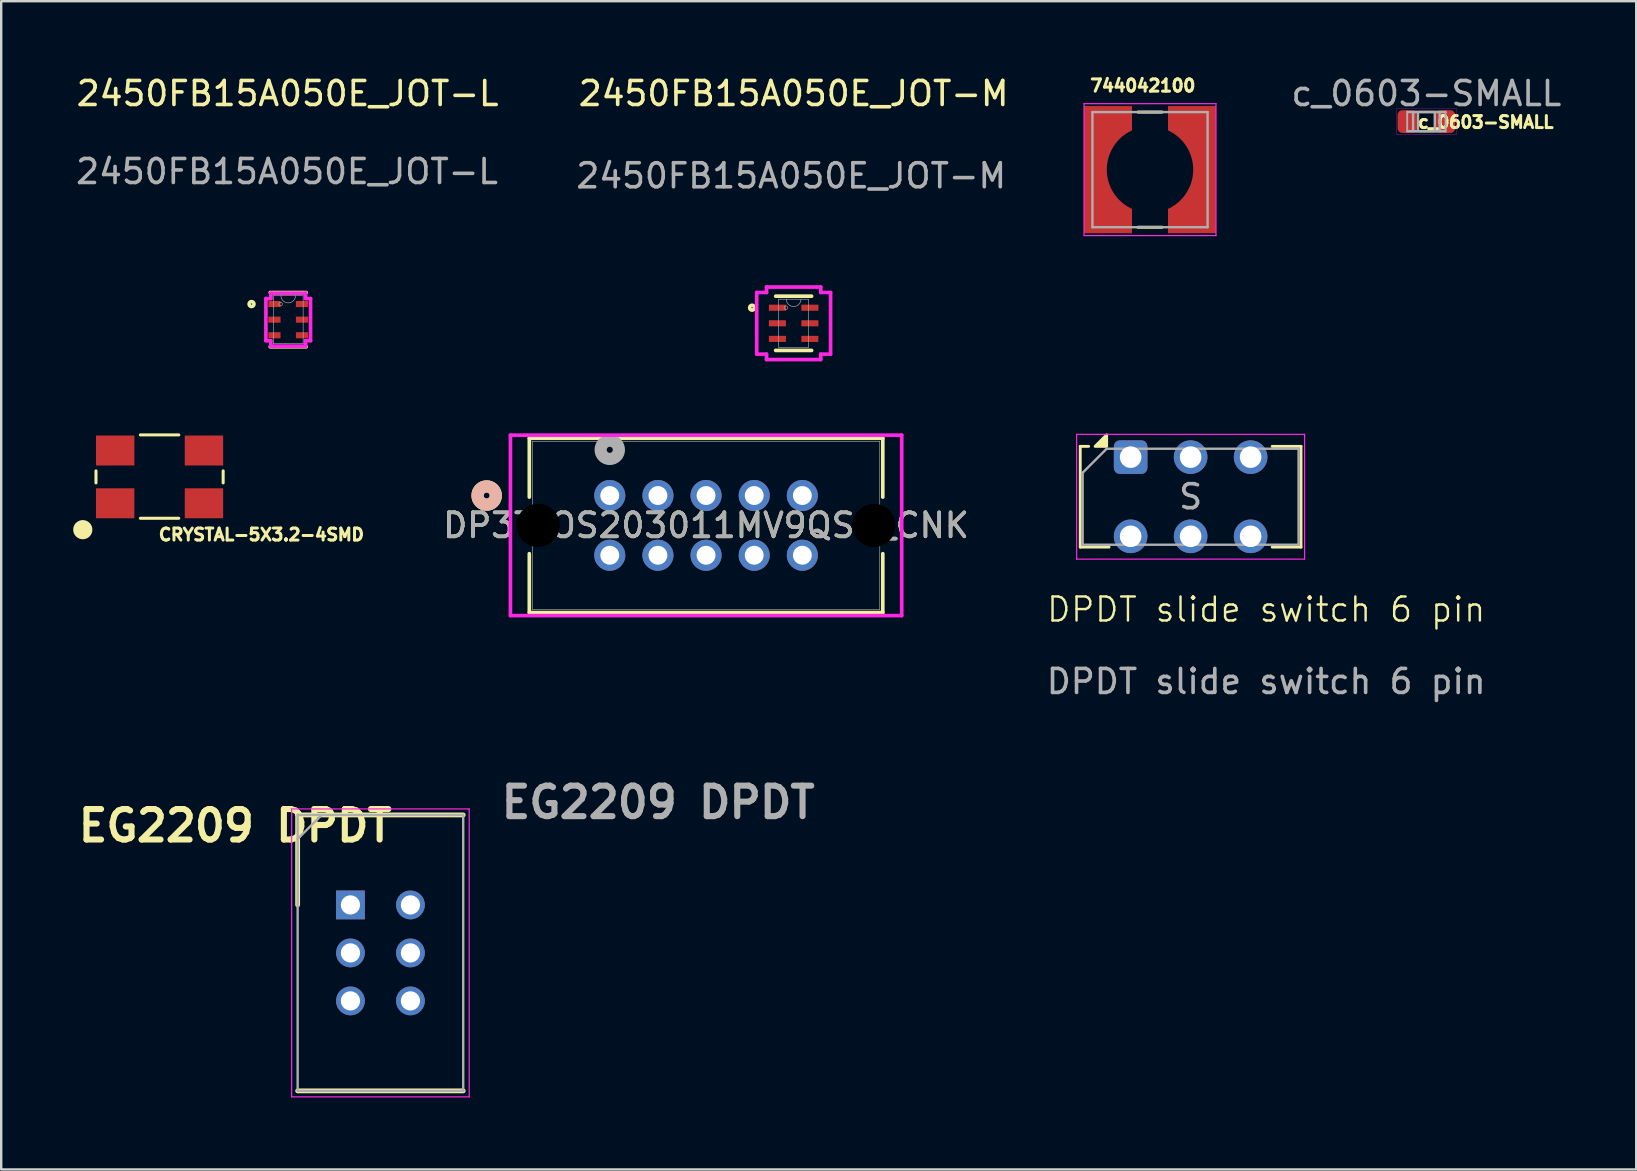
<source format=kicad_pcb>
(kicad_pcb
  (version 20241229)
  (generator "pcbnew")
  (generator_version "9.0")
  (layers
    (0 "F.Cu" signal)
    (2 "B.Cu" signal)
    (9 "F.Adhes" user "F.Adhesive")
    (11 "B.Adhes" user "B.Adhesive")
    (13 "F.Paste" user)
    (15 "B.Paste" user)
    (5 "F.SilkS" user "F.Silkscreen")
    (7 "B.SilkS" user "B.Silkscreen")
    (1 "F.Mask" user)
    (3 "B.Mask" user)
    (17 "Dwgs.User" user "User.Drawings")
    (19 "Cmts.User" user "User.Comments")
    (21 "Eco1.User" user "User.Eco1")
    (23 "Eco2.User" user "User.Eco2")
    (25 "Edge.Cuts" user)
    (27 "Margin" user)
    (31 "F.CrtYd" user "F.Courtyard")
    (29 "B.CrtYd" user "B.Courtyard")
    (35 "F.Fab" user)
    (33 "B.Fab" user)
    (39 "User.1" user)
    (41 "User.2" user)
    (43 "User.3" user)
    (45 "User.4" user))
  (footprint "2450FB15A050E_JOT-L"
    (layer "F.Cu")
    (at 8.962 10.272)
    (property "Reference" "2450FB15A050E_JOT-L" (at -0.025 -9.423 0) (unlocked yes) (layer "F.SilkS") (effects (font (size 1 1) (thickness 0.15))))
    (attr smd)
    (fp_line (start -0.749 1.13) (end 0.749 1.13) (stroke (width 0.152) (type solid)) (layer "F.SilkS"))
    (fp_line (start 0.749 -1.13) (end -0.749 -1.13) (stroke (width 0.152) (type solid)) (layer "F.SilkS"))
    (fp_circle (center -1.529 -0.65) (end -1.427 -0.65) (stroke (width 0.152) (type solid)) (fill no) (layer "F.SilkS"))
    (fp_line (start -0.93 -0.879) (end -0.724 -0.879) (stroke (width 0.152) (type solid)) (layer "F.CrtYd"))
    (fp_line (start -0.93 0.879) (end -0.93 -0.879) (stroke (width 0.152) (type solid)) (layer "F.CrtYd"))
    (fp_line (start -0.93 0.879) (end -0.724 0.879) (stroke (width 0.152) (type solid)) (layer "F.CrtYd"))
    (fp_line (start -0.724 -1.105) (end 0.724 -1.105) (stroke (width 0.152) (type solid)) (layer "F.CrtYd"))
    (fp_line (start -0.724 -0.879) (end -0.724 -1.105) (stroke (width 0.152) (type solid)) (layer "F.CrtYd"))
    (fp_line (start -0.724 1.105) (end -0.724 0.879) (stroke (width 0.152) (type solid)) (layer "F.CrtYd"))
    (fp_line (start 0.724 -1.105) (end 0.724 -0.879) (stroke (width 0.152) (type solid)) (layer "F.CrtYd"))
    (fp_line (start 0.724 0.879) (end 0.724 1.105) (stroke (width 0.152) (type solid)) (layer "F.CrtYd"))
    (fp_line (start 0.724 1.105) (end -0.724 1.105) (stroke (width 0.152) (type solid)) (layer "F.CrtYd"))
    (fp_line (start 0.93 -0.879) (end 0.724 -0.879) (stroke (width 0.152) (type solid)) (layer "F.CrtYd"))
    (fp_line (start 0.93 -0.879) (end 0.93 0.879) (stroke (width 0.152) (type solid)) (layer "F.CrtYd"))
    (fp_line (start 0.93 0.879) (end 0.724 0.879) (stroke (width 0.152) (type solid)) (layer "F.CrtYd"))
    (fp_line (start -0.622 -1.003) (end -0.622 1.003) (stroke (width 0.025) (type solid)) (layer "F.Fab"))
    (fp_line (start -0.622 1.003) (end 0.622 1.003) (stroke (width 0.025) (type solid)) (layer "F.Fab"))
    (fp_line (start 0.622 -1.003) (end -0.622 -1.003) (stroke (width 0.025) (type solid)) (layer "F.Fab"))
    (fp_line (start 0.622 1.003) (end 0.622 -1.003) (stroke (width 0.025) (type solid)) (layer "F.Fab"))
    (fp_arc (start 0.3048 -1.0033) (mid 0 -0.6985) (end -0.3048 -1.0033) (stroke (width 0.0254) (type solid)) (layer "F.Fab"))
    (fp_circle (center -0.32 -0.65) (end -0.244 -0.65) (stroke (width 0.025) (type solid)) (fill no) (layer "F.Fab"))
    (fp_text user "${REFERENCE}" (at -0.051 -6.172 0) (unlocked yes) (layer "F.Fab") (effects (font (size 1 1) (thickness 0.15))))
    (pad "1" smd rect (at -0.574 -0.65) (size 0.508 0.254) (layers "F.Cu" "F.Mask" "F.Paste"))
    (pad "2" smd rect (at -0.574 0) (size 0.508 0.254) (layers "F.Cu" "F.Mask" "F.Paste"))
    (pad "3" smd rect (at -0.574 0.65) (size 0.508 0.254) (layers "F.Cu" "F.Mask" "F.Paste"))
    (pad "4" smd rect (at 0.574 0.65) (size 0.508 0.254) (layers "F.Cu" "F.Mask" "F.Paste"))
    (pad "5" smd rect (at 0.574 0) (size 0.508 0.254) (layers "F.Cu" "F.Mask" "F.Paste"))
    (pad "6" smd rect (at 0.574 -0.65) (size 0.508 0.254) (layers "F.Cu" "F.Mask" "F.Paste")))
  (footprint "DPDT slide switch 6 pin"
    (layer "F.Cu")
    (at 49.721 22.852)
    (property "Reference" "DPDT slide switch 6 pin" (at 0 -0.5 0) (unlocked yes) (layer "F.SilkS") (effects (font (size 1 1) (thickness 0.1))))
    (attr through_hole)
    (fp_line (start -7.75 -7.3) (end -7.75 -3.1) (stroke (width 0.12) (type solid)) (layer "F.SilkS"))
    (fp_line (start -7.75 -3.1) (end -6.55 -3.1) (stroke (width 0.12) (type solid)) (layer "F.SilkS"))
    (fp_line (start -7.4 -7.3) (end -7.75 -7.3) (stroke (width 0.12) (type solid)) (layer "F.SilkS"))
    (fp_line (start 0.25 -7.3) (end 1.45 -7.3) (stroke (width 0.12) (type solid)) (layer "F.SilkS"))
    (fp_line (start 1.45 -7.3) (end 1.45 -3.1) (stroke (width 0.12) (type solid)) (layer "F.SilkS"))
    (fp_line (start 1.45 -3.1) (end 0.25 -3.1) (stroke (width 0.12) (type solid)) (layer "F.SilkS"))
    (fp_poly (pts (xy -6.65 -7.3) (xy -7.13 -7.3) (xy -6.65 -7.78) (xy -6.65 -7.3)) (stroke (width 0.12) (type solid)) (fill yes) (layer "F.SilkS"))
    (fp_line (start -7.9 -7.8) (end 1.6 -7.8) (stroke (width 0.05) (type solid)) (layer "F.CrtYd"))
    (fp_line (start -7.9 -2.6) (end -7.9 -7.8) (stroke (width 0.05) (type solid)) (layer "F.CrtYd"))
    (fp_line (start 1.6 -7.8) (end 1.6 -2.6) (stroke (width 0.05) (type solid)) (layer "F.CrtYd"))
    (fp_line (start 1.6 -2.6) (end -7.9 -2.6) (stroke (width 0.05) (type solid)) (layer "F.CrtYd"))
    (fp_line (start -7.65 -3.2) (end -7.65 -6.2) (stroke (width 0.1) (type solid)) (layer "F.Fab"))
    (fp_line (start -6.65 -7.2) (end -7.65 -6.2) (stroke (width 0.1) (type solid)) (layer "F.Fab"))
    (fp_line (start -6.65 -7.2) (end 1.35 -7.2) (stroke (width 0.1) (type solid)) (layer "F.Fab"))
    (fp_line (start 1.35 -7.2) (end 1.35 -3.2) (stroke (width 0.1) (type solid)) (layer "F.Fab"))
    (fp_line (start 1.35 -3.2) (end -7.65 -3.2) (stroke (width 0.1) (type solid)) (layer "F.Fab"))
    (fp_text user "S" (at -3.15 -5.2 0) (layer "F.Fab") (effects (font (size 1 1) (thickness 0.15))))
    (fp_text user "${REFERENCE}" (at 0 2.5 0) (unlocked yes) (layer "F.Fab") (effects (font (size 1 1) (thickness 0.15))))
    (pad "1" thru_hole roundrect (at -5.65 -6.85) (size 1.4 1.4) (drill 0.9) (layers "*.Cu" "*.Mask") (roundrect_rratio 0.179))
    (pad "2" thru_hole circle (at -3.15 -6.85) (size 1.4 1.4) (drill 0.9) (layers "*.Cu" "*.Mask"))
    (pad "3" thru_hole circle (at -0.65 -6.85) (size 1.4 1.4) (drill 0.9) (layers "*.Cu" "*.Mask"))
    (pad "4" thru_hole circle (at -5.65 -3.55) (size 1.4 1.4) (drill 0.9) (layers "*.Cu" "*.Mask"))
    (pad "5" thru_hole circle (at -3.15 -3.55) (size 1.4 1.4) (drill 0.9) (layers "*.Cu" "*.Mask"))
    (pad "6" thru_hole circle (at -0.65 -3.55) (size 1.4 1.4) (drill 0.9) (layers "*.Cu" "*.Mask")))
  (footprint "DP3T_OS203011MV9QS1_CNK"
    (layer "F.Cu")
    (at 22.363 17.602)
    (property "Reference" "DP3T_OS203011MV9QS1_CNK" (at 4.013 1.245 0) (unlocked yes) (layer "F.SilkS") (effects (font (size 1 1) (thickness 0.15))))
    (attr through_hole)
    (fp_line (start -3.353 -2.388) (end -3.353 0.066) (stroke (width 0.152) (type solid)) (layer "F.SilkS"))
    (fp_line (start -3.353 2.423) (end -3.353 4.877) (stroke (width 0.152) (type solid)) (layer "F.SilkS"))
    (fp_line (start -3.353 4.877) (end 11.379 4.877) (stroke (width 0.152) (type solid)) (layer "F.SilkS"))
    (fp_line (start 11.379 -2.388) (end -3.353 -2.388) (stroke (width 0.152) (type solid)) (layer "F.SilkS"))
    (fp_line (start 11.379 0.066) (end 11.379 -2.388) (stroke (width 0.152) (type solid)) (layer "F.SilkS"))
    (fp_line (start 11.379 4.877) (end 11.379 2.423) (stroke (width 0.152) (type solid)) (layer "F.SilkS"))
    (fp_circle (center -5.131 0) (end -4.75 0) (stroke (width 0.508) (type solid)) (fill no) (layer "F.SilkS"))
    (fp_circle (center -5.131 0) (end -4.75 0) (stroke (width 0.508) (type solid)) (fill no) (layer "B.SilkS"))
    (fp_line (start -4.14 -2.515) (end -4.14 5.004) (stroke (width 0.152) (type solid)) (layer "F.CrtYd"))
    (fp_line (start -4.14 5.004) (end 12.167 5.004) (stroke (width 0.152) (type solid)) (layer "F.CrtYd"))
    (fp_line (start 12.167 -2.515) (end -4.14 -2.515) (stroke (width 0.152) (type solid)) (layer "F.CrtYd"))
    (fp_line (start 12.167 5.004) (end 12.167 -2.515) (stroke (width 0.152) (type solid)) (layer "F.CrtYd"))
    (fp_line (start -3.226 -2.261) (end -3.226 4.75) (stroke (width 0.025) (type solid)) (layer "F.Fab"))
    (fp_line (start -3.226 4.75) (end 11.252 4.75) (stroke (width 0.025) (type solid)) (layer "F.Fab"))
    (fp_line (start 11.252 -2.261) (end -3.226 -2.261) (stroke (width 0.025) (type solid)) (layer "F.Fab"))
    (fp_line (start 11.252 4.75) (end 11.252 -2.261) (stroke (width 0.025) (type solid)) (layer "F.Fab"))
    (fp_circle (center 0 -1.905) (end 0.381 -1.905) (stroke (width 0.508) (type solid)) (fill no) (layer "F.Fab"))
    (fp_text user "${REFERENCE}" (at 4.013 1.245 0) (unlocked yes) (layer "F.Fab") (effects (font (size 1 1) (thickness 0.15))))
    (pad "" np_thru_hole circle (at -2.985 1.245) (size 1.803 1.803) (drill 1.803) (layers))
    (pad "" np_thru_hole circle (at 11.011 1.245) (size 1.803 1.803) (drill 1.803) (layers))
    (pad "1" thru_hole circle (at 0 0) (size 1.295 1.295) (drill 0.787) (layers "*.Cu" "*.Mask"))
    (pad "2" thru_hole circle (at 2.007 0) (size 1.295 1.295) (drill 0.787) (layers "*.Cu" "*.Mask"))
    (pad "3" thru_hole circle (at 4.013 0) (size 1.295 1.295) (drill 0.787) (layers "*.Cu" "*.Mask"))
    (pad "4" thru_hole circle (at 6.02 0) (size 1.295 1.295) (drill 0.787) (layers "*.Cu" "*.Mask"))
    (pad "5" thru_hole circle (at 8.026 0) (size 1.295 1.295) (drill 0.787) (layers "*.Cu" "*.Mask"))
    (pad "6" thru_hole circle (at 0 2.489) (size 1.295 1.295) (drill 0.787) (layers "*.Cu" "*.Mask"))
    (pad "7" thru_hole circle (at 2.007 2.489) (size 1.295 1.295) (drill 0.787) (layers "*.Cu" "*.Mask"))
    (pad "8" thru_hole circle (at 4.013 2.489) (size 1.295 1.295) (drill 0.787) (layers "*.Cu" "*.Mask"))
    (pad "9" thru_hole circle (at 6.02 2.489) (size 1.295 1.295) (drill 0.787) (layers "*.Cu" "*.Mask"))
    (pad "10" thru_hole circle (at 8.026 2.489) (size 1.295 1.295) (drill 0.787) (layers "*.Cu" "*.Mask")))
  (footprint "EG2209 DPDT"
    (layer "F.Cu")
    (at 11.555 34.664)
    (property "Reference" "EG2209 DPDT" (at -4.8 -3.3 0) (layer "F.SilkS") (effects (font (size 1.27 1.27) (thickness 0.254))))
    (attr through_hole)
    (fp_line (start -2.2 -3.75) (end -2.2 0) (stroke (width 0.2) (type solid)) (layer "F.SilkS"))
    (fp_line (start -2.2 7.75) (end 4.7 7.75) (stroke (width 0.2) (type solid)) (layer "F.SilkS"))
    (fp_line (start 4.7 -3.75) (end -2.2 -3.75) (stroke (width 0.2) (type solid)) (layer "F.SilkS"))
    (fp_line (start -2.45 -4) (end 4.95 -4) (stroke (width 0.05) (type solid)) (layer "F.CrtYd"))
    (fp_line (start -2.45 8) (end -2.45 -4) (stroke (width 0.05) (type solid)) (layer "F.CrtYd"))
    (fp_line (start 4.95 -4) (end 4.95 8) (stroke (width 0.05) (type solid)) (layer "F.CrtYd"))
    (fp_line (start 4.95 8) (end -2.45 8) (stroke (width 0.05) (type solid)) (layer "F.CrtYd"))
    (fp_line (start -2.2 -3.75) (end 4.7 -3.75) (stroke (width 0.1) (type solid)) (layer "F.Fab"))
    (fp_line (start -2.2 -2.75) (end -1.2 -3.75) (stroke (width 0.1) (type solid)) (layer "F.Fab"))
    (fp_line (start -2.2 7.75) (end -2.2 -3.75) (stroke (width 0.1) (type solid)) (layer "F.Fab"))
    (fp_line (start 4.7 -3.75) (end 4.7 7.75) (stroke (width 0.1) (type solid)) (layer "F.Fab"))
    (fp_line (start 4.7 7.75) (end -2.2 7.75) (stroke (width 0.1) (type solid)) (layer "F.Fab"))
    (fp_text user "${REFERENCE}" (at 12.825 -4.275 0) (layer "F.Fab") (effects (font (size 1.27 1.27) (thickness 0.254))))
    (pad "1" thru_hole circle (at 0 4) (size 1.2 1.2) (drill 0.8) (layers "*.Cu" "*.Mask"))
    (pad "2" thru_hole circle (at 0 2) (size 1.2 1.2) (drill 0.8) (layers "*.Cu" "*.Mask"))
    (pad "3" thru_hole rect (at 0 0) (size 1.2 1.2) (drill 0.8) (layers "*.Cu" "*.Mask"))
    (pad "4" thru_hole circle (at 2.5 4) (size 1.2 1.2) (drill 0.8) (layers "*.Cu" "*.Mask"))
    (pad "5" thru_hole circle (at 2.5 2) (size 1.2 1.2) (drill 0.8) (layers "*.Cu" "*.Mask"))
    (pad "6" thru_hole circle (at 2.5 0) (size 1.2 1.2) (drill 0.8) (layers "*.Cu" "*.Mask")))
  (footprint "2450FB15A050E_JOT-M"
    (layer "F.Cu")
    (at 30.026 10.424)
    (property "Reference" "2450FB15A050E_JOT-M" (at 0 -9.576 0) (unlocked yes) (layer "F.SilkS") (effects (font (size 1 1) (thickness 0.15))))
    (attr smd)
    (fp_line (start -0.749 1.13) (end 0.749 1.13) (stroke (width 0.152) (type solid)) (layer "F.SilkS"))
    (fp_line (start 0.749 -1.13) (end -0.749 -1.13) (stroke (width 0.152) (type solid)) (layer "F.SilkS"))
    (fp_circle (center -1.732 -0.65) (end -1.631 -0.65) (stroke (width 0.152) (type solid)) (fill no) (layer "F.SilkS"))
    (fp_line (start -1.539 -1.285) (end -1.13 -1.285) (stroke (width 0.152) (type solid)) (layer "F.CrtYd"))
    (fp_line (start -1.539 1.285) (end -1.539 -1.285) (stroke (width 0.152) (type solid)) (layer "F.CrtYd"))
    (fp_line (start -1.539 1.285) (end -1.13 1.285) (stroke (width 0.152) (type solid)) (layer "F.CrtYd"))
    (fp_line (start -1.13 -1.511) (end 1.13 -1.511) (stroke (width 0.152) (type solid)) (layer "F.CrtYd"))
    (fp_line (start -1.13 -1.285) (end -1.13 -1.511) (stroke (width 0.152) (type solid)) (layer "F.CrtYd"))
    (fp_line (start -1.13 1.511) (end -1.13 1.285) (stroke (width 0.152) (type solid)) (layer "F.CrtYd"))
    (fp_line (start 1.13 -1.511) (end 1.13 -1.285) (stroke (width 0.152) (type solid)) (layer "F.CrtYd"))
    (fp_line (start 1.13 1.285) (end 1.13 1.511) (stroke (width 0.152) (type solid)) (layer "F.CrtYd"))
    (fp_line (start 1.13 1.511) (end -1.13 1.511) (stroke (width 0.152) (type solid)) (layer "F.CrtYd"))
    (fp_line (start 1.539 -1.285) (end 1.13 -1.285) (stroke (width 0.152) (type solid)) (layer "F.CrtYd"))
    (fp_line (start 1.539 -1.285) (end 1.539 1.285) (stroke (width 0.152) (type solid)) (layer "F.CrtYd"))
    (fp_line (start 1.539 1.285) (end 1.13 1.285) (stroke (width 0.152) (type solid)) (layer "F.CrtYd"))
    (fp_line (start -0.622 -1.003) (end -0.622 1.003) (stroke (width 0.025) (type solid)) (layer "F.Fab"))
    (fp_line (start -0.622 1.003) (end 0.622 1.003) (stroke (width 0.025) (type solid)) (layer "F.Fab"))
    (fp_line (start 0.622 -1.003) (end -0.622 -1.003) (stroke (width 0.025) (type solid)) (layer "F.Fab"))
    (fp_line (start 0.622 1.003) (end 0.622 -1.003) (stroke (width 0.025) (type solid)) (layer "F.Fab"))
    (fp_arc (start 0.3048 -1.0033) (mid 0 -0.6985) (end -0.3048 -1.0033) (stroke (width 0.0254) (type solid)) (layer "F.Fab"))
    (fp_circle (center -0.32 -0.65) (end -0.244 -0.65) (stroke (width 0.025) (type solid)) (fill no) (layer "F.Fab"))
    (fp_text user "${REFERENCE}" (at -0.102 -6.147 0) (unlocked yes) (layer "F.Fab") (effects (font (size 1 1) (thickness 0.15))))
    (pad "1" smd rect (at -0.676 -0.65) (size 0.711 0.254) (layers "F.Cu" "F.Mask" "F.Paste"))
    (pad "2" smd rect (at -0.676 0) (size 0.711 0.254) (layers "F.Cu" "F.Mask" "F.Paste"))
    (pad "3" smd rect (at -0.676 0.65) (size 0.711 0.254) (layers "F.Cu" "F.Mask" "F.Paste"))
    (pad "4" smd rect (at 0.676 0.65) (size 0.711 0.254) (layers "F.Cu" "F.Mask" "F.Paste"))
    (pad "5" smd rect (at 0.676 0) (size 0.711 0.254) (layers "F.Cu" "F.Mask" "F.Paste"))
    (pad "6" smd rect (at 0.676 -0.65) (size 0.711 0.254) (layers "F.Cu" "F.Mask" "F.Paste")))
  (footprint "744042100"
    (layer "F.Cu")
    (at 44.878 4.02)
    (property "Reference" "744042100" (at -0.3 -3.5 0) (layer "F.SilkS") (effects (font (size 0.508 0.508) (thickness 0.127) (bold yes))))
    (fp_line (start -0.5 -2.4) (end 0.5 -2.4) (stroke (width 0.127) (type default)) (layer "F.SilkS"))
    (fp_line (start -0.5 2.4) (end 0.5 2.4) (stroke (width 0.127) (type default)) (layer "F.SilkS"))
    (fp_line (start -2.75 -2.75) (end 2.75 -2.75) (stroke (width 0.05) (type default)) (layer "F.CrtYd"))
    (fp_line (start -2.75 2.75) (end -2.75 -2.75) (stroke (width 0.05) (type default)) (layer "F.CrtYd"))
    (fp_line (start 2.75 -2.75) (end 2.75 2.75) (stroke (width 0.05) (type default)) (layer "F.CrtYd"))
    (fp_line (start 2.75 2.75) (end -2.75 2.75) (stroke (width 0.05) (type default)) (layer "F.CrtYd"))
    (fp_line (start -2.4 -2.4) (end 2.4 -2.4) (stroke (width 0.1) (type default)) (layer "F.Fab"))
    (fp_line (start -2.4 2.4) (end -2.4 -2.4) (stroke (width 0.1) (type default)) (layer "F.Fab"))
    (fp_line (start 2.4 -2.4) (end 2.4 2.4) (stroke (width 0.1) (type default)) (layer "F.Fab"))
    (fp_line (start 2.4 2.4) (end -2.4 2.4) (stroke (width 0.1) (type default)) (layer "F.Fab"))
    (pad "1" smd custom (at -1.91 0 180) (size 0.1 0.1) (layers "F.Cu" "F.Mask" "F.Paste") (options (anchor rect)) (primitives (gr_poly (pts (arc (start -1.16 1.6363) (mid -0.110009 0) (end -1.16 -1.6363)) (xy -1.16 -2.65) (xy 0.84 -2.65) (xy 0.84 2.65) (xy -1.16 2.65)) (width 0) (fill yes))))
    (pad "2" smd custom (at 1.91 0) (size 0.1 0.1) (layers "F.Cu" "F.Mask" "F.Paste") (options (anchor rect)) (primitives (gr_poly (pts (arc (start -1.16 1.6363) (mid -0.110009 0) (end -1.16 -1.6363)) (xy -1.16 -2.65) (xy 0.84 -2.65) (xy 0.84 2.65) (xy -1.16 2.65)) (width 0) (fill yes)))))
  (footprint "CRYSTAL-5X3.2-4SMD"
    (layer "F.Cu")
    (at 3.6 16.825)
    (property "Reference" "CRYSTAL-5X3.2-4SMD" (at -0.1 2.7 0) (layer "F.SilkS") (effects (font (size 0.5 0.5) (thickness 0.125) (bold yes)) (justify left bottom)))
    (fp_line (start -2.65 0.25) (end -2.65 -0.25) (stroke (width 0.127) (type solid)) (layer "F.SilkS"))
    (fp_line (start -0.8 -1.75) (end 0.8 -1.75) (stroke (width 0.127) (type solid)) (layer "F.SilkS"))
    (fp_line (start -0.8 1.725) (end 0.8 1.725) (stroke (width 0.127) (type solid)) (layer "F.SilkS"))
    (fp_line (start 2.65 0.25) (end 2.65 -0.25) (stroke (width 0.127) (type solid)) (layer "F.SilkS"))
    (fp_circle (center -3.2 2.2) (end -3 2.2) (stroke (width 0.4) (type solid)) (fill no) (layer "F.SilkS"))
    (pad "1" smd rect (at -1.85 1.1) (size 1.6 1.25) (layers "F.Cu" "F.Mask" "F.Paste"))
    (pad "2" smd rect (at 1.85 1.1) (size 1.6 1.25) (layers "F.Cu" "F.Mask" "F.Paste"))
    (pad "3" smd rect (at 1.85 -1.1) (size 1.6 1.25) (layers "F.Cu" "F.Mask" "F.Paste"))
    (pad "4" smd rect (at -1.85 -1.1) (size 1.6 1.25) (layers "F.Cu" "F.Mask" "F.Paste")))
  (footprint "c_0603-SMALL"
    (layer "F.Cu")
    (at 56.397 2.017)
    (property "Reference" "c_0603-SMALL" (at 2.475 0.025 0) (layer "F.SilkS") (effects (font (size 0.5 0.5) (thickness 0.15))))
    (fp_line (start -1.041 -0.295) (end -1.041 0.295) (stroke (width 0.43) (type solid)) (layer "F.Mask"))
    (fp_line (start -0.8 0.41) (end -0.8 -0.41) (stroke (width 0.08) (type solid)) (layer "F.Mask"))
    (fp_line (start -0.555 -0.295) (end -1.041 -0.295) (stroke (width 0.43) (type solid)) (layer "F.Mask"))
    (fp_line (start -0.555 -0.295) (end -0.555 0.295) (stroke (width 0.43) (type solid)) (layer "F.Mask"))
    (fp_line (start -0.555 0.295) (end -1.041 0.295) (stroke (width 0.43) (type solid)) (layer "F.Mask"))
    (fp_line (start 0.555 -0.295) (end 0.555 0.295) (stroke (width 0.43) (type solid)) (layer "F.Mask"))
    (fp_line (start 0.8 -0.41) (end 0.8 0.41) (stroke (width 0.08) (type solid)) (layer "F.Mask"))
    (fp_line (start 1.041 -0.295) (end 0.555 -0.295) (stroke (width 0.43) (type solid)) (layer "F.Mask"))
    (fp_line (start 1.041 -0.295) (end 1.041 0.295) (stroke (width 0.43) (type solid)) (layer "F.Mask"))
    (fp_line (start 1.041 0.295) (end 0.555 0.295) (stroke (width 0.43) (type solid)) (layer "F.Mask"))
    (fp_line (start -0.31 -0.4) (end 0.31 -0.4) (stroke (width 0.1) (type solid)) (layer "F.SilkS"))
    (fp_line (start 0.31 0.4) (end -0.31 0.4) (stroke (width 0.1) (type solid)) (layer "F.SilkS"))
    (fp_line (start -1.245 -0.545) (end -1.245 0.545) (stroke (width 0.01) (type solid)) (layer "F.CrtYd"))
    (fp_line (start -1.245 0.545) (end 1.245 0.545) (stroke (width 0.01) (type solid)) (layer "F.CrtYd"))
    (fp_line (start 1.245 -0.545) (end -1.245 -0.545) (stroke (width 0.01) (type solid)) (layer "F.CrtYd"))
    (fp_line (start 1.245 0.545) (end 1.245 -0.545) (stroke (width 0.01) (type solid)) (layer "F.CrtYd"))
    (fp_line (start -0.8 0.41) (end -0.8 -0.41) (stroke (width 0.08) (type solid)) (layer "F.Fab"))
    (fp_line (start -0.79 -0.4) (end 0.79 -0.4) (stroke (width 0.1) (type solid)) (layer "F.Fab"))
    (fp_line (start 0.79 0.4) (end -0.79 0.4) (stroke (width 0.1) (type solid)) (layer "F.Fab"))
    (fp_line (start 0.8 -0.41) (end 0.8 0.41) (stroke (width 0.08) (type solid)) (layer "F.Fab"))
    (fp_poly (pts (xy -0.555 0.4) (xy -0.35 0.4) (xy -0.35 -0.4) (xy -0.555 -0.4)) (stroke (width 0.1) (type solid)) (fill no) (layer "F.Fab"))
    (fp_poly (pts (xy 0.35 0.4) (xy 0.555 0.4) (xy 0.555 -0.4) (xy 0.35 -0.4)) (stroke (width 0.1) (type solid)) (fill no) (layer "F.Fab"))
    (fp_text user "${REFERENCE}" (at 0 -1.168 0) (layer "F.Fab") (effects (font (size 1 1) (thickness 0.15))))
    (pad "1" smd roundrect (at -0.8 0) (size 0.8 0.95) (layers "F.Cu" "F.Paste") (roundrect_rratio 0.25))
    (pad "2" smd roundrect (at 0.8 0) (size 0.8 0.95) (layers "F.Cu" "F.Paste") (roundrect_rratio 0.25)))
  (gr_rect
    (start -3 -3)
    (end 65.141 45.689)
    (stroke (width 0.1) (type default))
    (fill no)
    (layer "Edge.Cuts")))
</source>
